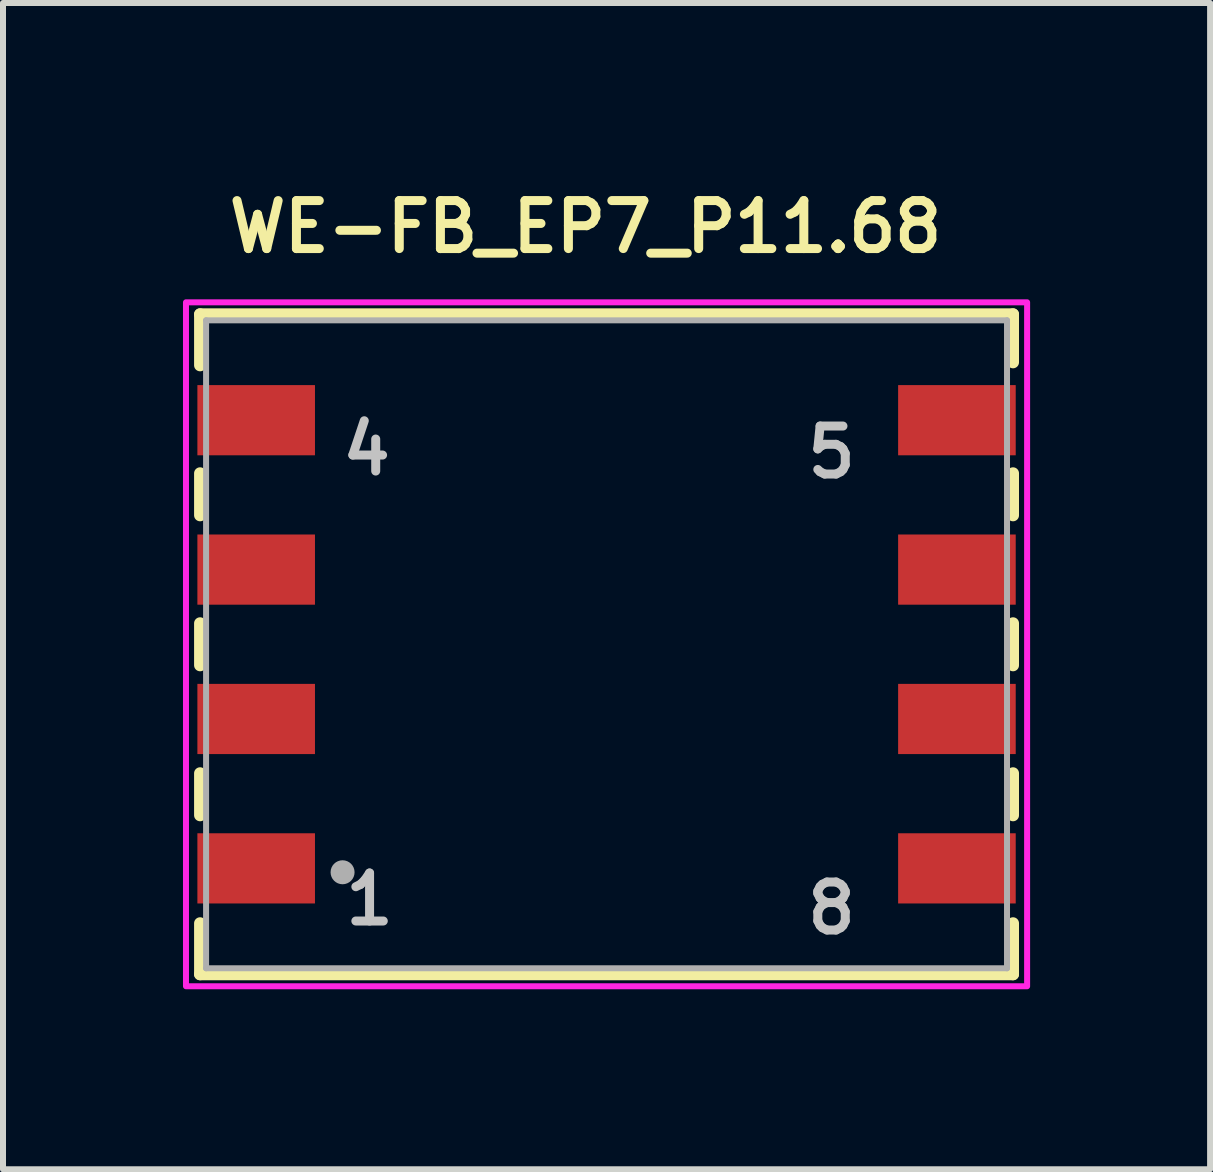
<source format=kicad_pcb>
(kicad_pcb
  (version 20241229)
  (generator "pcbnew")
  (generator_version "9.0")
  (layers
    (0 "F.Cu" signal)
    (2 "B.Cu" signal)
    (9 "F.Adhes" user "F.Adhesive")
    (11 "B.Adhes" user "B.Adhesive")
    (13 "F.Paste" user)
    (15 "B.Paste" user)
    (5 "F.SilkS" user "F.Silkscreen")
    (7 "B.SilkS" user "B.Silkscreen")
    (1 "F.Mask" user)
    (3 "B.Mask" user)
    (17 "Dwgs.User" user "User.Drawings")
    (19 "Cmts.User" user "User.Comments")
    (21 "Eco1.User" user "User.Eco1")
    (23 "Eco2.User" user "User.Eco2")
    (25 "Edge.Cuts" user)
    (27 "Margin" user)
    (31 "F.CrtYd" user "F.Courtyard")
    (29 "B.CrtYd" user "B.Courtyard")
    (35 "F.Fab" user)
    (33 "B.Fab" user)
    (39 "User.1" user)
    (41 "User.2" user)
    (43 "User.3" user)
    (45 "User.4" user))
  (footprint "WE-FB_EP7_P11.68"
    (layer "F.Cu")
    (at 7.06 7.689)
    (property "Reference" "WE-FB_EP7_P11.68" (at -0.35 -6.958 0) (layer "F.SilkS") (effects (font (size 0.8 0.8) (thickness 0.15))))
    (attr smd)
    (fp_line (start -6.775 -5.5) (end 6.775 -5.5) (stroke (width 0.2) (type solid)) (layer "F.SilkS"))
    (fp_line (start -6.775 -4.65) (end -6.775 -5.5) (stroke (width 0.2) (type solid)) (layer "F.SilkS"))
    (fp_line (start -6.775 -2.85) (end -6.775 -2.15) (stroke (width 0.2) (type solid)) (layer "F.SilkS"))
    (fp_line (start -6.775 -0.35) (end -6.775 0.35) (stroke (width 0.2) (type solid)) (layer "F.SilkS"))
    (fp_line (start -6.775 2.15) (end -6.775 2.85) (stroke (width 0.2) (type solid)) (layer "F.SilkS"))
    (fp_line (start -6.775 4.65) (end -6.775 5.5) (stroke (width 0.2) (type solid)) (layer "F.SilkS"))
    (fp_line (start -6.775 5.5) (end 6.775 5.5) (stroke (width 0.2) (type solid)) (layer "F.SilkS"))
    (fp_line (start 6.775 -5.5) (end 6.775 -4.7) (stroke (width 0.2) (type solid)) (layer "F.SilkS"))
    (fp_line (start 6.775 -2.15) (end 6.775 -2.85) (stroke (width 0.2) (type solid)) (layer "F.SilkS"))
    (fp_line (start 6.775 0.35) (end 6.775 -0.35) (stroke (width 0.2) (type solid)) (layer "F.SilkS"))
    (fp_line (start 6.775 2.85) (end 6.775 2.15) (stroke (width 0.2) (type solid)) (layer "F.SilkS"))
    (fp_line (start 6.775 5.5) (end 6.775 4.65) (stroke (width 0.2) (type solid)) (layer "F.SilkS"))
    (fp_poly (pts (xy -7.01 -5.7) (xy 7.01 -5.7) (xy 7.01 5.7) (xy -7.01 5.7)) (stroke (width 0.1) (type solid)) (fill no) (layer "F.CrtYd"))
    (fp_line (start -6.675 -5.4) (end -6.675 5.4) (stroke (width 0.1) (type solid)) (layer "F.Fab"))
    (fp_line (start -6.675 -5.4) (end 6.675 -5.4) (stroke (width 0.1) (type solid)) (layer "F.Fab"))
    (fp_line (start -6.675 5.4) (end 6.675 5.4) (stroke (width 0.1) (type solid)) (layer "F.Fab"))
    (fp_line (start 6.675 -5.4) (end 6.675 5.4) (stroke (width 0.1) (type solid)) (layer "F.Fab"))
    (fp_circle (center -4.4 3.8) (end -4.3 3.8) (stroke (width 0.2) (type solid)) (fill no) (layer "F.Fab"))
    (fp_text user "8" (at 3.75 4.4 0) (layer "Dwgs.User") (effects (font (size 0.8 0.8) (thickness 0.15))))
    (fp_text user "5" (at 3.75 -3.2 0) (layer "Dwgs.User") (effects (font (size 0.8 0.8) (thickness 0.15))))
    (fp_text user "4" (at -4 -3.25 0) (layer "Dwgs.User") (effects (font (size 0.8 0.8) (thickness 0.15))))
    (fp_text user "1" (at -3.95 4.25 0) (layer "Dwgs.User") (effects (font (size 0.8 0.8) (thickness 0.15))))
    (pad "1" smd rect (at -5.84 3.735) (size 1.96 1.17) (layers "F.Cu" "F.Mask" "F.Paste"))
    (pad "2" smd rect (at -5.84 1.245) (size 1.96 1.17) (layers "F.Cu" "F.Mask" "F.Paste"))
    (pad "3" smd rect (at -5.84 -1.245) (size 1.96 1.17) (layers "F.Cu" "F.Mask" "F.Paste"))
    (pad "4" smd rect (at -5.84 -3.735) (size 1.96 1.17) (layers "F.Cu" "F.Mask" "F.Paste"))
    (pad "5" smd rect (at 5.84 -3.735) (size 1.96 1.17) (layers "F.Cu" "F.Mask" "F.Paste"))
    (pad "6" smd rect (at 5.84 -1.245) (size 1.96 1.17) (layers "F.Cu" "F.Mask" "F.Paste"))
    (pad "7" smd rect (at 5.84 1.245) (size 1.96 1.17) (layers "F.Cu" "F.Mask" "F.Paste"))
    (pad "8" smd rect (at 5.84 3.735) (size 1.96 1.17) (layers "F.Cu" "F.Mask" "F.Paste")))
  (gr_rect
    (start -3 -3)
    (end 17.12 16.439)
    (stroke (width 0.1) (type default))
    (fill no)
    (layer "Edge.Cuts")))
</source>
